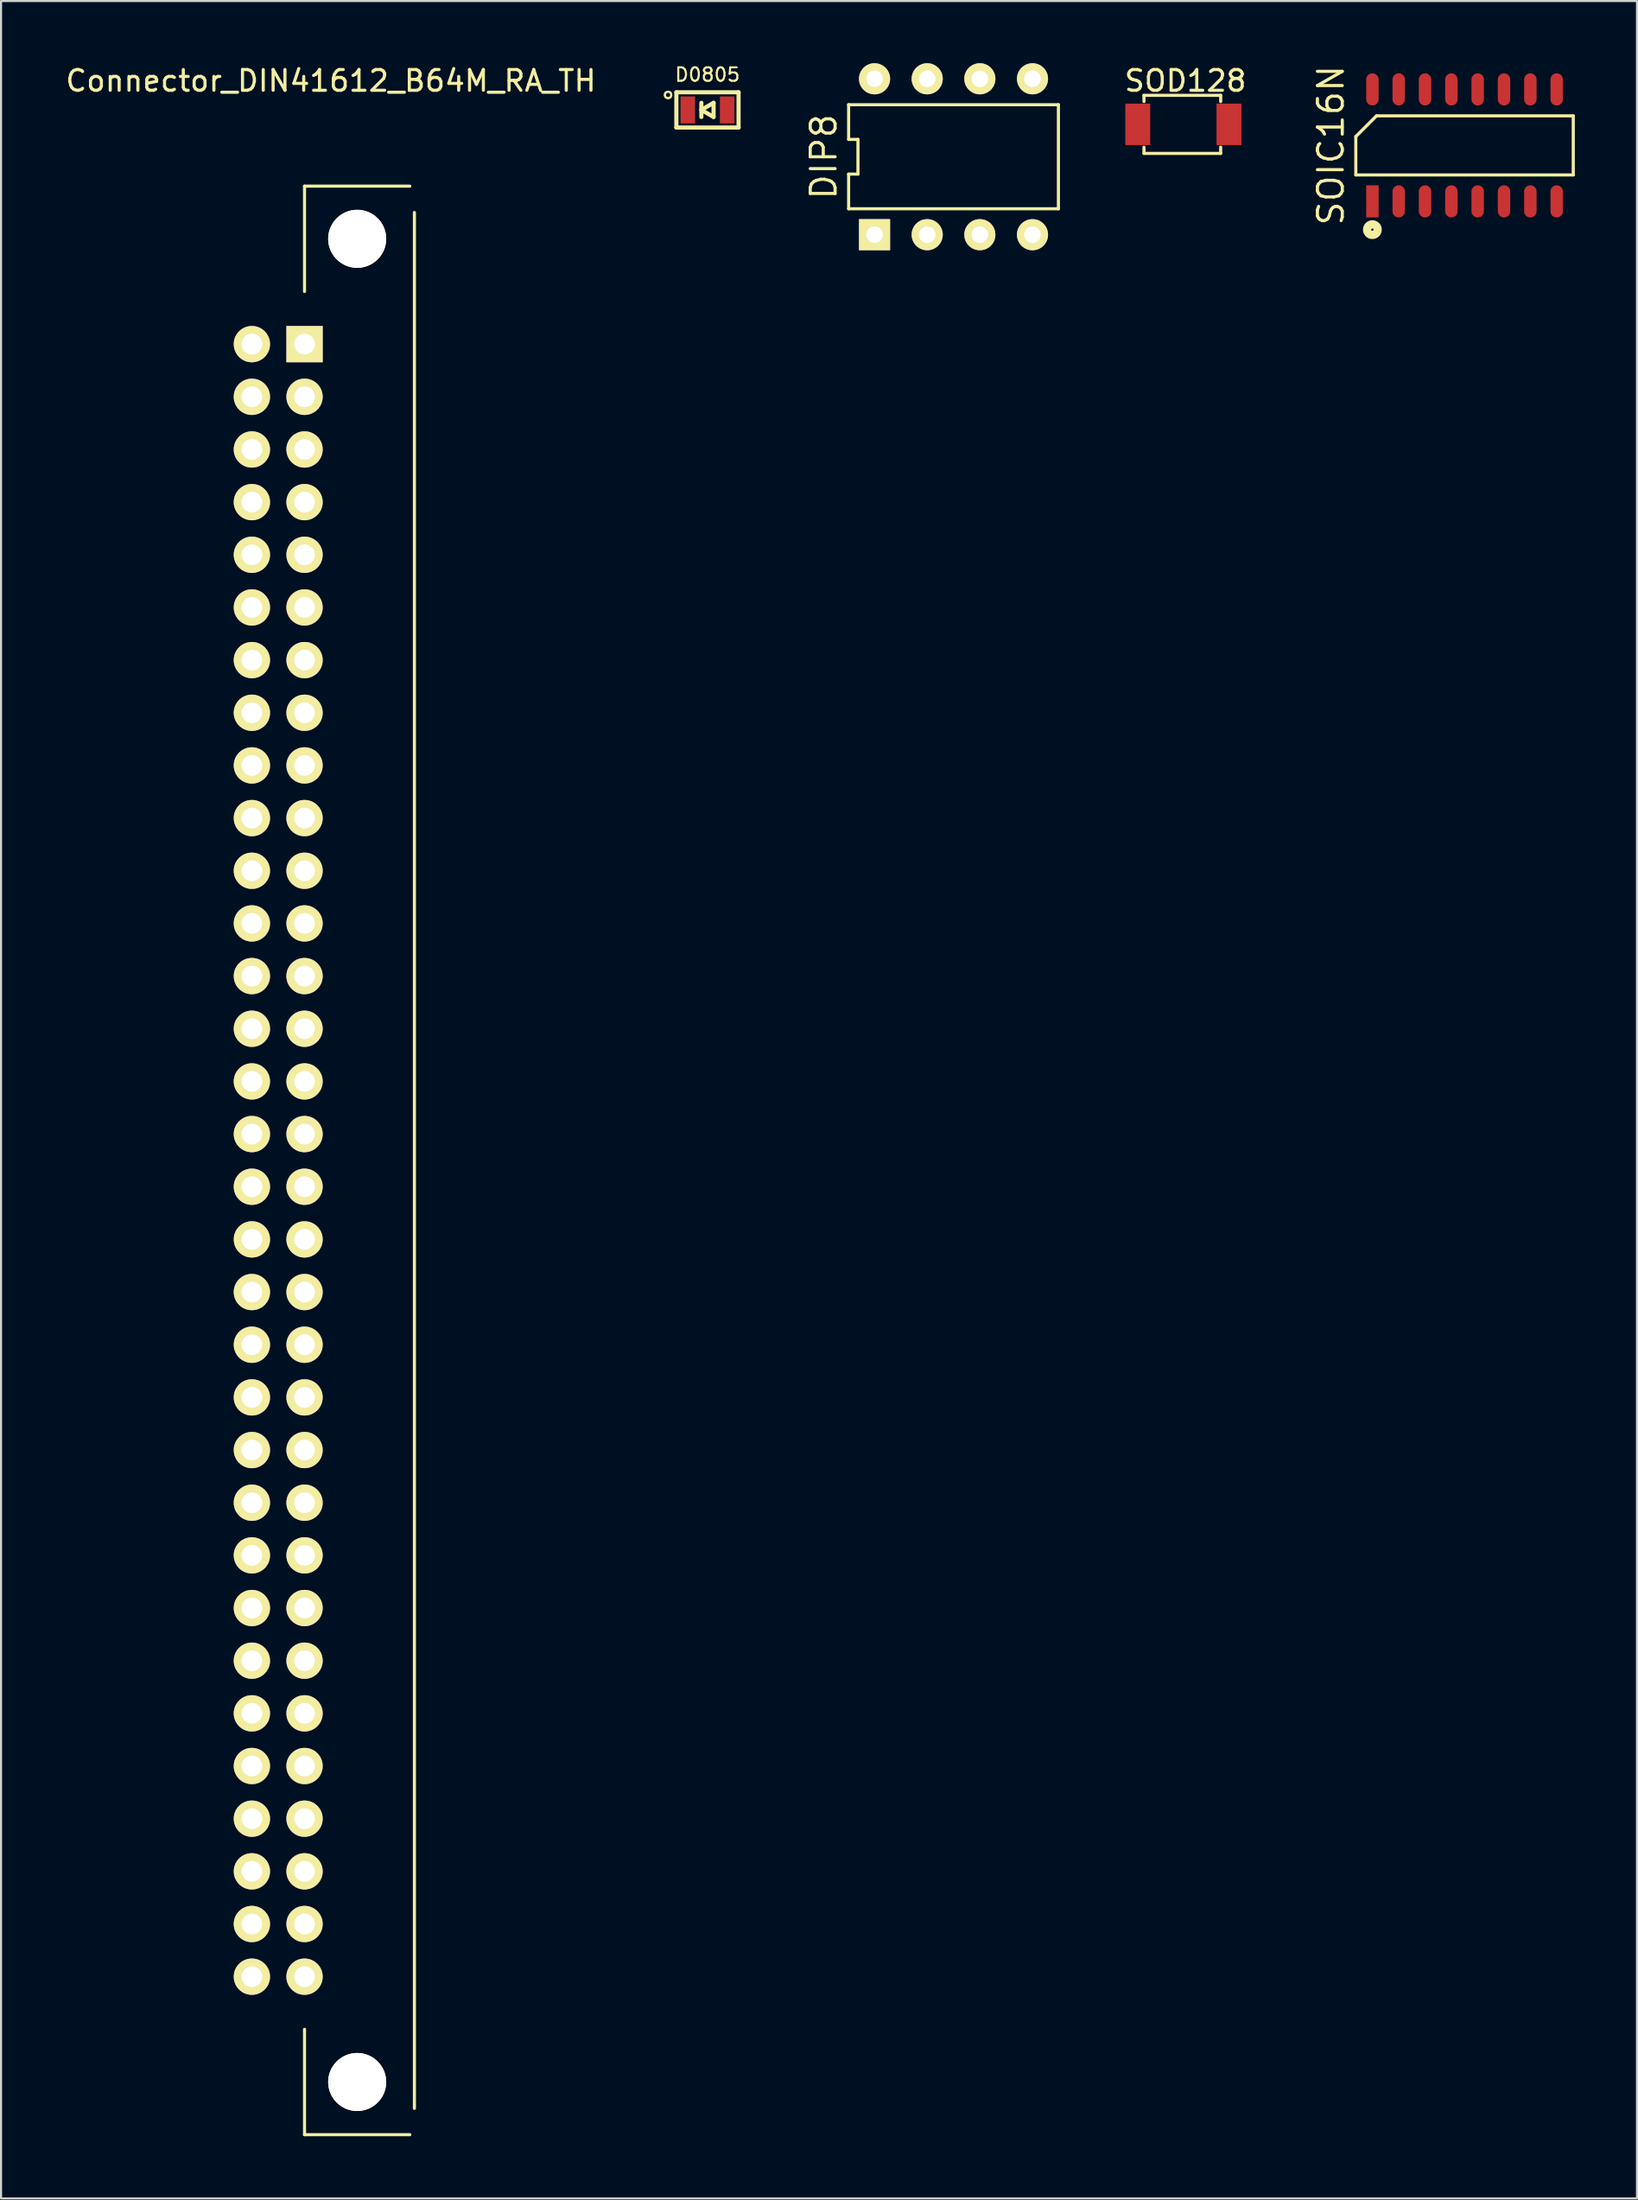
<source format=kicad_pcb>
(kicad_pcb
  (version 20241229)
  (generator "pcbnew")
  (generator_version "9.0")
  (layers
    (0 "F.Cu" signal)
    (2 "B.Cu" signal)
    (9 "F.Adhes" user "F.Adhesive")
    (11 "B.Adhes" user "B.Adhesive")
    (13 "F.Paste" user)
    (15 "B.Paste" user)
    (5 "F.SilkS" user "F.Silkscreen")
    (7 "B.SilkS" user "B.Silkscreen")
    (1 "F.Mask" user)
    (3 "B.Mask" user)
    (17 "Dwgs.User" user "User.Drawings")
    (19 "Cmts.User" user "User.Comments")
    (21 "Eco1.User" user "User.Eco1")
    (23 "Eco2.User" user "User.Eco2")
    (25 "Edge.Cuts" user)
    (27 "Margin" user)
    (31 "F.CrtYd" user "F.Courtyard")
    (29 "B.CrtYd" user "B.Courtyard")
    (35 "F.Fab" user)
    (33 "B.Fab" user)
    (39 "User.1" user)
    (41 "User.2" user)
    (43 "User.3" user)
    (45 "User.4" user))
  (footprint "Connector_DIN41612_B64M_RA_TH"
    (layer "F.Cu")
    (at 11.641 13.548)
    (property "Reference" "Connector_DIN41612_B64M_RA_TH" (at 1.27 -12.7 0) (layer "F.SilkS") (effects (font (size 1 1) (thickness 0.15))))
    (attr through_hole)
    (fp_line (start 0 -7.62) (end 5.08 -7.62) (stroke (width 0.15) (type solid)) (layer "F.SilkS"))
    (fp_line (start 0 -2.54) (end 0 -7.62) (stroke (width 0.15) (type solid)) (layer "F.SilkS"))
    (fp_line (start 0 81.28) (end 0 86.36) (stroke (width 0.15) (type solid)) (layer "F.SilkS"))
    (fp_line (start 0 86.36) (end 5.08 86.36) (stroke (width 0.15) (type solid)) (layer "F.SilkS"))
    (fp_line (start 5.3 85.09) (end 5.3 -6.35) (stroke (width 0.15) (type solid)) (layer "F.SilkS"))
    (pad "" np_thru_hole circle (at 2.54 -5.08) (size 2.8 2.8) (drill 2.8) (layers "*.Cu" "*.Mask" "F.SilkS"))
    (pad "" np_thru_hole circle (at 2.54 83.82) (size 2.8 2.8) (drill 2.8) (layers "*.Cu" "*.Mask" "F.SilkS"))
    (pad "1" thru_hole rect (at 0 0) (size 1.75 1.75) (drill 1) (layers "*.Cu" "*.Mask" "F.SilkS"))
    (pad "2" thru_hole circle (at 0 2.54) (size 1.75 1.75) (drill 1) (layers "*.Cu" "*.Mask" "F.SilkS"))
    (pad "3" thru_hole circle (at 0 5.08) (size 1.75 1.75) (drill 1) (layers "*.Cu" "*.Mask" "F.SilkS"))
    (pad "4" thru_hole circle (at 0 7.62) (size 1.75 1.75) (drill 1) (layers "*.Cu" "*.Mask" "F.SilkS"))
    (pad "5" thru_hole circle (at 0 10.16) (size 1.75 1.75) (drill 1) (layers "*.Cu" "*.Mask" "F.SilkS"))
    (pad "6" thru_hole circle (at 0 12.7) (size 1.75 1.75) (drill 1) (layers "*.Cu" "*.Mask" "F.SilkS"))
    (pad "7" thru_hole circle (at 0 15.24) (size 1.75 1.75) (drill 1) (layers "*.Cu" "*.Mask" "F.SilkS"))
    (pad "8" thru_hole circle (at 0 17.78) (size 1.75 1.75) (drill 1) (layers "*.Cu" "*.Mask" "F.SilkS"))
    (pad "9" thru_hole circle (at 0 20.32) (size 1.75 1.75) (drill 1) (layers "*.Cu" "*.Mask" "F.SilkS"))
    (pad "10" thru_hole circle (at 0 22.86) (size 1.75 1.75) (drill 1) (layers "*.Cu" "*.Mask" "F.SilkS"))
    (pad "11" thru_hole circle (at 0 25.4) (size 1.75 1.75) (drill 1) (layers "*.Cu" "*.Mask" "F.SilkS"))
    (pad "12" thru_hole circle (at 0 27.94) (size 1.75 1.75) (drill 1) (layers "*.Cu" "*.Mask" "F.SilkS"))
    (pad "13" thru_hole circle (at 0 30.48) (size 1.75 1.75) (drill 1) (layers "*.Cu" "*.Mask" "F.SilkS"))
    (pad "14" thru_hole circle (at 0 33.02) (size 1.75 1.75) (drill 1) (layers "*.Cu" "*.Mask" "F.SilkS"))
    (pad "15" thru_hole circle (at 0 35.56) (size 1.75 1.75) (drill 1) (layers "*.Cu" "*.Mask" "F.SilkS"))
    (pad "16" thru_hole circle (at 0 38.1) (size 1.75 1.75) (drill 1) (layers "*.Cu" "*.Mask" "F.SilkS"))
    (pad "17" thru_hole circle (at 0 40.64) (size 1.75 1.75) (drill 1) (layers "*.Cu" "*.Mask" "F.SilkS"))
    (pad "18" thru_hole circle (at 0 43.18) (size 1.75 1.75) (drill 1) (layers "*.Cu" "*.Mask" "F.SilkS"))
    (pad "19" thru_hole circle (at 0 45.72) (size 1.75 1.75) (drill 1) (layers "*.Cu" "*.Mask" "F.SilkS"))
    (pad "20" thru_hole circle (at 0 48.26) (size 1.75 1.75) (drill 1) (layers "*.Cu" "*.Mask" "F.SilkS"))
    (pad "21" thru_hole circle (at 0 50.8) (size 1.75 1.75) (drill 1) (layers "*.Cu" "*.Mask" "F.SilkS"))
    (pad "22" thru_hole circle (at 0 53.34) (size 1.75 1.75) (drill 1) (layers "*.Cu" "*.Mask" "F.SilkS"))
    (pad "23" thru_hole circle (at 0 55.88) (size 1.75 1.75) (drill 1) (layers "*.Cu" "*.Mask" "F.SilkS"))
    (pad "24" thru_hole circle (at 0 58.42) (size 1.75 1.75) (drill 1) (layers "*.Cu" "*.Mask" "F.SilkS"))
    (pad "25" thru_hole circle (at 0 60.96) (size 1.75 1.75) (drill 1) (layers "*.Cu" "*.Mask" "F.SilkS"))
    (pad "26" thru_hole circle (at 0 63.5) (size 1.75 1.75) (drill 1) (layers "*.Cu" "*.Mask" "F.SilkS"))
    (pad "27" thru_hole circle (at 0 66.04) (size 1.75 1.75) (drill 1) (layers "*.Cu" "*.Mask" "F.SilkS"))
    (pad "28" thru_hole circle (at 0 68.58) (size 1.75 1.75) (drill 1) (layers "*.Cu" "*.Mask" "F.SilkS"))
    (pad "29" thru_hole circle (at 0 71.12) (size 1.75 1.75) (drill 1) (layers "*.Cu" "*.Mask" "F.SilkS"))
    (pad "30" thru_hole circle (at 0 73.66) (size 1.75 1.75) (drill 1) (layers "*.Cu" "*.Mask" "F.SilkS"))
    (pad "31" thru_hole circle (at 0 76.2) (size 1.75 1.75) (drill 1) (layers "*.Cu" "*.Mask" "F.SilkS"))
    (pad "32" thru_hole circle (at 0 78.74) (size 1.75 1.75) (drill 1) (layers "*.Cu" "*.Mask" "F.SilkS"))
    (pad "33" thru_hole circle (at -2.54 0) (size 1.75 1.75) (drill 1) (layers "*.Cu" "*.Mask" "F.SilkS"))
    (pad "34" thru_hole circle (at -2.54 2.54) (size 1.75 1.75) (drill 1) (layers "*.Cu" "*.Mask" "F.SilkS"))
    (pad "35" thru_hole circle (at -2.54 5.08) (size 1.75 1.75) (drill 1) (layers "*.Cu" "*.Mask" "F.SilkS"))
    (pad "36" thru_hole circle (at -2.54 7.62) (size 1.75 1.75) (drill 1) (layers "*.Cu" "*.Mask" "F.SilkS"))
    (pad "37" thru_hole circle (at -2.54 10.16) (size 1.75 1.75) (drill 1) (layers "*.Cu" "*.Mask" "F.SilkS"))
    (pad "38" thru_hole circle (at -2.54 12.7) (size 1.75 1.75) (drill 1) (layers "*.Cu" "*.Mask" "F.SilkS"))
    (pad "39" thru_hole circle (at -2.54 15.24) (size 1.75 1.75) (drill 1) (layers "*.Cu" "*.Mask" "F.SilkS"))
    (pad "40" thru_hole circle (at -2.54 17.78) (size 1.75 1.75) (drill 1) (layers "*.Cu" "*.Mask" "F.SilkS"))
    (pad "41" thru_hole circle (at -2.54 20.32) (size 1.75 1.75) (drill 1) (layers "*.Cu" "*.Mask" "F.SilkS"))
    (pad "42" thru_hole circle (at -2.54 22.86) (size 1.75 1.75) (drill 1) (layers "*.Cu" "*.Mask" "F.SilkS"))
    (pad "43" thru_hole circle (at -2.54 25.4) (size 1.75 1.75) (drill 1) (layers "*.Cu" "*.Mask" "F.SilkS"))
    (pad "44" thru_hole circle (at -2.54 27.94) (size 1.75 1.75) (drill 1) (layers "*.Cu" "*.Mask" "F.SilkS"))
    (pad "45" thru_hole circle (at -2.54 30.48) (size 1.75 1.75) (drill 1) (layers "*.Cu" "*.Mask" "F.SilkS"))
    (pad "46" thru_hole circle (at -2.54 33.02) (size 1.75 1.75) (drill 1) (layers "*.Cu" "*.Mask" "F.SilkS"))
    (pad "47" thru_hole circle (at -2.54 35.56) (size 1.75 1.75) (drill 1) (layers "*.Cu" "*.Mask" "F.SilkS"))
    (pad "48" thru_hole circle (at -2.54 38.1) (size 1.75 1.75) (drill 1) (layers "*.Cu" "*.Mask" "F.SilkS"))
    (pad "49" thru_hole circle (at -2.54 40.64) (size 1.75 1.75) (drill 1) (layers "*.Cu" "*.Mask" "F.SilkS"))
    (pad "50" thru_hole circle (at -2.54 43.18) (size 1.75 1.75) (drill 1) (layers "*.Cu" "*.Mask" "F.SilkS"))
    (pad "51" thru_hole circle (at -2.54 45.72) (size 1.75 1.75) (drill 1) (layers "*.Cu" "*.Mask" "F.SilkS"))
    (pad "52" thru_hole circle (at -2.54 48.26) (size 1.75 1.75) (drill 1) (layers "*.Cu" "*.Mask" "F.SilkS"))
    (pad "53" thru_hole circle (at -2.54 50.8) (size 1.75 1.75) (drill 1) (layers "*.Cu" "*.Mask" "F.SilkS"))
    (pad "54" thru_hole circle (at -2.54 53.34) (size 1.75 1.75) (drill 1) (layers "*.Cu" "*.Mask" "F.SilkS"))
    (pad "55" thru_hole circle (at -2.54 55.88) (size 1.75 1.75) (drill 1) (layers "*.Cu" "*.Mask" "F.SilkS"))
    (pad "56" thru_hole circle (at -2.54 58.42) (size 1.75 1.75) (drill 1) (layers "*.Cu" "*.Mask" "F.SilkS"))
    (pad "57" thru_hole circle (at -2.54 60.96) (size 1.75 1.75) (drill 1) (layers "*.Cu" "*.Mask" "F.SilkS"))
    (pad "58" thru_hole circle (at -2.54 63.5) (size 1.75 1.75) (drill 1) (layers "*.Cu" "*.Mask" "F.SilkS"))
    (pad "59" thru_hole circle (at -2.54 66.04) (size 1.75 1.75) (drill 1) (layers "*.Cu" "*.Mask" "F.SilkS"))
    (pad "60" thru_hole circle (at -2.54 68.58) (size 1.75 1.75) (drill 1) (layers "*.Cu" "*.Mask" "F.SilkS"))
    (pad "61" thru_hole circle (at -2.54 71.12) (size 1.75 1.75) (drill 1) (layers "*.Cu" "*.Mask" "F.SilkS"))
    (pad "62" thru_hole circle (at -2.54 73.66) (size 1.75 1.75) (drill 1) (layers "*.Cu" "*.Mask" "F.SilkS"))
    (pad "63" thru_hole circle (at -2.54 76.2) (size 1.75 1.75) (drill 1) (layers "*.Cu" "*.Mask" "F.SilkS"))
    (pad "64" thru_hole circle (at -2.54 78.74) (size 1.75 1.75) (drill 1) (layers "*.Cu" "*.Mask" "F.SilkS")))
  (footprint "DIP8"
    (layer "F.Cu")
    (at 42.949 4.51)
    (property "Reference" "DIP8" (at -6.26 0 90) (layer "F.SilkS") (effects (font (size 1.2 1.2) (thickness 0.15))))
    (attr through_hole)
    (fp_line (start -5.06 -2.51) (end -5.06 -0.837) (stroke (width 0.15) (type solid)) (layer "F.SilkS"))
    (fp_line (start -5.06 -0.837) (end -4.61 -0.837) (stroke (width 0.15) (type solid)) (layer "F.SilkS"))
    (fp_line (start -5.06 0.837) (end -5.06 2.51) (stroke (width 0.15) (type solid)) (layer "F.SilkS"))
    (fp_line (start -5.06 2.51) (end 5.06 2.51) (stroke (width 0.15) (type solid)) (layer "F.SilkS"))
    (fp_line (start -4.61 -0.837) (end -4.61 0.837) (stroke (width 0.15) (type solid)) (layer "F.SilkS"))
    (fp_line (start -4.61 0.837) (end -5.06 0.837) (stroke (width 0.15) (type solid)) (layer "F.SilkS"))
    (fp_line (start 5.06 -2.51) (end -5.06 -2.51) (stroke (width 0.15) (type solid)) (layer "F.SilkS"))
    (fp_line (start 5.06 2.51) (end 5.06 -2.51) (stroke (width 0.15) (type solid)) (layer "F.SilkS"))
    (pad "1" thru_hole rect (at -3.81 3.76) (size 1.5 1.5) (drill 0.8) (layers "*.Cu" "*.Mask" "F.SilkS"))
    (pad "2" thru_hole circle (at -1.27 3.76) (size 1.5 1.5) (drill 0.8) (layers "*.Cu" "*.Mask" "F.SilkS"))
    (pad "3" thru_hole circle (at 1.27 3.76) (size 1.5 1.5) (drill 0.8) (layers "*.Cu" "*.Mask" "F.SilkS"))
    (pad "4" thru_hole circle (at 3.81 3.76) (size 1.5 1.5) (drill 0.8) (layers "*.Cu" "*.Mask" "F.SilkS"))
    (pad "5" thru_hole circle (at 3.81 -3.76) (size 1.5 1.5) (drill 0.8) (layers "*.Cu" "*.Mask" "F.SilkS"))
    (pad "6" thru_hole circle (at 1.27 -3.76) (size 1.5 1.5) (drill 0.8) (layers "*.Cu" "*.Mask" "F.SilkS"))
    (pad "7" thru_hole circle (at -1.27 -3.76) (size 1.5 1.5) (drill 0.8) (layers "*.Cu" "*.Mask" "F.SilkS"))
    (pad "8" thru_hole circle (at -3.81 -3.76) (size 1.5 1.5) (drill 0.8) (layers "*.Cu" "*.Mask" "F.SilkS")))
  (footprint "SOD128"
    (layer "F.Cu")
    (at 54.037 2.948)
    (property "Reference" "SOD128" (at 0.1 -2.1 0) (layer "F.SilkS") (effects (font (size 1 1) (thickness 0.15))))
    (attr through_hole)
    (fp_line (start -1.9 -1.4) (end 1.8 -1.4) (stroke (width 0.15) (type solid)) (layer "F.SilkS"))
    (fp_line (start -1.9 -1.1) (end -1.9 -1.4) (stroke (width 0.15) (type solid)) (layer "F.SilkS"))
    (fp_line (start -1.9 1.1) (end -1.9 1.4) (stroke (width 0.15) (type solid)) (layer "F.SilkS"))
    (fp_line (start -1.9 1.4) (end 1.8 1.4) (stroke (width 0.15) (type solid)) (layer "F.SilkS"))
    (fp_line (start 1.8 -1.4) (end 1.8 -1.1) (stroke (width 0.15) (type solid)) (layer "F.SilkS"))
    (fp_line (start 1.8 1.4) (end 1.8 1.1) (stroke (width 0.15) (type solid)) (layer "F.SilkS"))
    (pad "A" smd rect (at 2.2 0) (size 1.2 2) (layers "F.Cu" "F.Mask" "F.Paste"))
    (pad "K" smd rect (at -2.2 0) (size 1.2 2) (layers "F.Cu" "F.Mask" "F.Paste")))
  (footprint "D0805"
    (layer "F.Cu")
    (at 31.079 2.251)
    (property "Reference" "D0805" (at 0 -1.7 0) (layer "F.SilkS") (effects (font (size 0.65 0.65) (thickness 0.098))))
    (attr smd)
    (fp_line (start -1.5 -0.85) (end 1.5 -0.85) (stroke (width 0.2) (type solid)) (layer "F.SilkS"))
    (fp_line (start -1.5 0.85) (end -1.5 -0.85) (stroke (width 0.2) (type solid)) (layer "F.SilkS"))
    (fp_line (start -0.294 -0.34) (end -0.294 0.34) (stroke (width 0.2) (type solid)) (layer "F.SilkS"))
    (fp_line (start -0.294 0) (end 0.294 -0.34) (stroke (width 0.2) (type solid)) (layer "F.SilkS"))
    (fp_line (start 0.294 -0.34) (end 0.294 0.34) (stroke (width 0.2) (type solid)) (layer "F.SilkS"))
    (fp_line (start 0.294 0.34) (end -0.294 0) (stroke (width 0.2) (type solid)) (layer "F.SilkS"))
    (fp_line (start 1.5 -0.85) (end 1.5 0.85) (stroke (width 0.2) (type solid)) (layer "F.SilkS"))
    (fp_line (start 1.5 0.85) (end -1.5 0.85) (stroke (width 0.2) (type solid)) (layer "F.SilkS"))
    (fp_text user "○" (at -1.9 -0.75 0) (layer "F.SilkS") (effects (font (size 0.4 0.4) (thickness 0.1))))
    (pad "A" smd rect (at 0.95 0) (size 0.7 1.3) (layers "F.Cu" "F.Mask" "F.Paste"))
    (pad "K" smd rect (at -0.95 0) (size 0.7 1.3) (layers "F.Cu" "F.Mask" "F.Paste")))
  (footprint "SOIC16N"
    (layer "F.Cu")
    (at 67.601 3.962)
    (property "Reference" "SOIC16N" (at -6.445 0 90) (layer "F.SilkS") (effects (font (size 1.2 1.2) (thickness 0.15))))
    (attr through_hole)
    (fp_line (start -5.245 -0.425) (end -5.245 1.425) (stroke (width 0.15) (type solid)) (layer "F.SilkS"))
    (fp_line (start -5.245 1.425) (end 5.245 1.425) (stroke (width 0.15) (type solid)) (layer "F.SilkS"))
    (fp_line (start -4.245 -1.425) (end -5.245 -0.425) (stroke (width 0.15) (type solid)) (layer "F.SilkS"))
    (fp_line (start 5.245 -1.425) (end -4.245 -1.425) (stroke (width 0.15) (type solid)) (layer "F.SilkS"))
    (fp_line (start 5.245 1.425) (end 5.245 -1.425) (stroke (width 0.15) (type solid)) (layer "F.SilkS"))
    (fp_circle (center -4.445 4.064) (end -4.191 4.064) (stroke (width 0.4) (type solid)) (fill no) (layer "F.SilkS"))
    (pad "1" smd rect (at -4.445 2.7) (size 0.6 1.55) (layers "F.Cu" "F.Mask" "F.Paste"))
    (pad "2" smd oval (at -3.175 2.7) (size 0.6 1.55) (layers "F.Cu" "F.Mask" "F.Paste"))
    (pad "3" smd oval (at -1.905 2.7) (size 0.6 1.55) (layers "F.Cu" "F.Mask" "F.Paste"))
    (pad "4" smd oval (at -0.635 2.7) (size 0.6 1.55) (layers "F.Cu" "F.Mask" "F.Paste"))
    (pad "5" smd oval (at 0.635 2.7) (size 0.6 1.55) (layers "F.Cu" "F.Mask" "F.Paste"))
    (pad "6" smd oval (at 1.905 2.7) (size 0.6 1.55) (layers "F.Cu" "F.Mask" "F.Paste"))
    (pad "7" smd oval (at 3.175 2.7) (size 0.6 1.55) (layers "F.Cu" "F.Mask" "F.Paste"))
    (pad "8" smd oval (at 4.445 2.7) (size 0.6 1.55) (layers "F.Cu" "F.Mask" "F.Paste"))
    (pad "9" smd oval (at 4.445 -2.7) (size 0.6 1.55) (layers "F.Cu" "F.Mask" "F.Paste"))
    (pad "10" smd oval (at 3.175 -2.7) (size 0.6 1.55) (layers "F.Cu" "F.Mask" "F.Paste"))
    (pad "11" smd oval (at 1.905 -2.7) (size 0.6 1.55) (layers "F.Cu" "F.Mask" "F.Paste"))
    (pad "12" smd oval (at 0.635 -2.7) (size 0.6 1.55) (layers "F.Cu" "F.Mask" "F.Paste"))
    (pad "13" smd oval (at -0.635 -2.7) (size 0.6 1.55) (layers "F.Cu" "F.Mask" "F.Paste"))
    (pad "14" smd oval (at -1.905 -2.7) (size 0.6 1.55) (layers "F.Cu" "F.Mask" "F.Paste"))
    (pad "15" smd oval (at -3.175 -2.7) (size 0.6 1.55) (layers "F.Cu" "F.Mask" "F.Paste"))
    (pad "16" smd oval (at -4.445 -2.7) (size 0.6 1.55) (layers "F.Cu" "F.Mask" "F.Paste")))
  (gr_rect
    (start -3 -3)
    (end 75.921 102.983)
    (stroke (width 0.1) (type default))
    (fill no)
    (layer "Edge.Cuts")))
</source>
